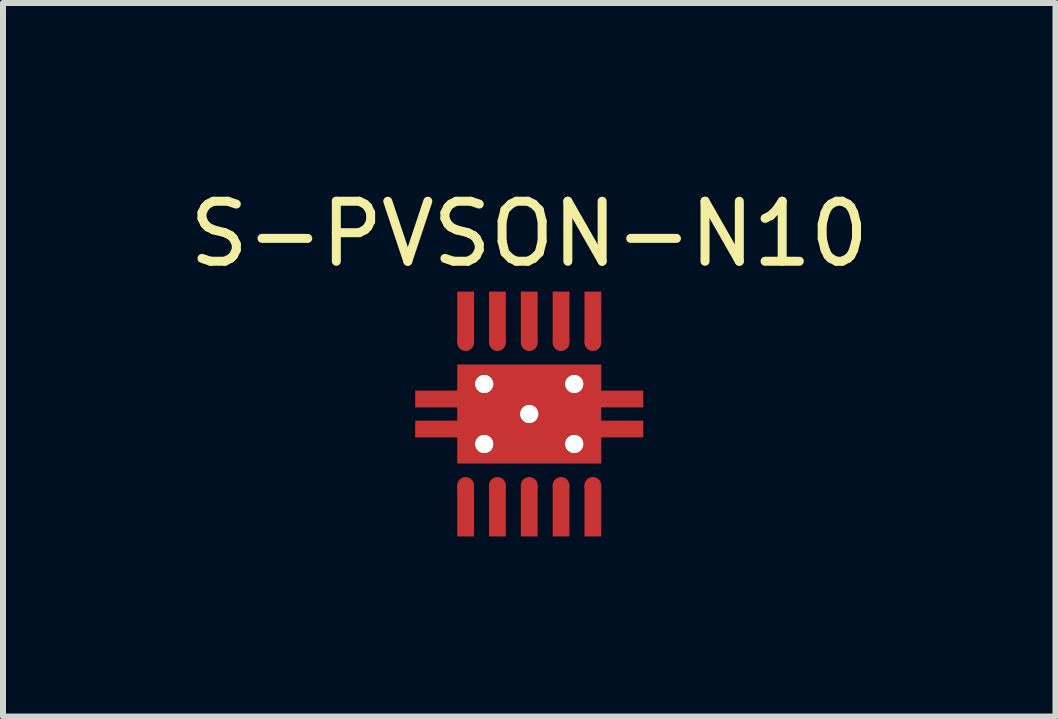
<source format=kicad_pcb>
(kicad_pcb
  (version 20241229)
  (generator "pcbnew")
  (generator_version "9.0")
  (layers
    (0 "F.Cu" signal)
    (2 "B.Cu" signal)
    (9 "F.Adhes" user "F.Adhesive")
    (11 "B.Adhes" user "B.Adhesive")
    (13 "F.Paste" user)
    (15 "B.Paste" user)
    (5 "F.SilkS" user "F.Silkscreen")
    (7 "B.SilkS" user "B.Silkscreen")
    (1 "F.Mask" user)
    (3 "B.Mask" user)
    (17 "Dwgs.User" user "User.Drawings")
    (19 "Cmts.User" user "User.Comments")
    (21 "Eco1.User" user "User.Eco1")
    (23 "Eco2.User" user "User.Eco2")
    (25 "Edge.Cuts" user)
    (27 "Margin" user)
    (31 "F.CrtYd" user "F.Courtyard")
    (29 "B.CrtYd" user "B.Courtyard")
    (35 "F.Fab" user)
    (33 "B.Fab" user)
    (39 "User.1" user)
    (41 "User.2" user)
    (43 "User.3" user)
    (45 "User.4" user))
  (footprint "S-PVSON-N10"
    (layer "F.Cu")
    (at 5.768 3.848)
    (property "Reference" "S-PVSON-N10" (at 0 -3 0) (layer "F.SilkS") (effects (font (size 1 1) (thickness 0.15))))
    (attr through_hole)
    (pad "1" smd circle (at -1.06 1.19) (size 0.28 0.28) (layers "F.Cu" "F.Mask" "F.Paste"))
    (pad "1" smd rect (at -1.06 1.615) (size 0.28 0.85) (layers "F.Cu" "F.Mask" "F.Paste"))
    (pad "2" smd circle (at -0.53 1.19) (size 0.28 0.28) (layers "F.Cu" "F.Mask" "F.Paste"))
    (pad "2" smd rect (at -0.53 1.615) (size 0.28 0.85) (layers "F.Cu" "F.Mask" "F.Paste"))
    (pad "3" smd circle (at 0 1.19) (size 0.28 0.28) (layers "F.Cu" "F.Mask" "F.Paste"))
    (pad "3" smd rect (at 0 1.615) (size 0.28 0.85) (layers "F.Cu" "F.Mask" "F.Paste"))
    (pad "4" smd circle (at 0.53 1.19) (size 0.28 0.28) (layers "F.Cu" "F.Mask" "F.Paste"))
    (pad "4" smd rect (at 0.53 1.615) (size 0.28 0.85) (layers "F.Cu" "F.Mask" "F.Paste"))
    (pad "5" smd circle (at 1.06 1.19) (size 0.28 0.28) (layers "F.Cu" "F.Mask" "F.Paste"))
    (pad "5" smd rect (at 1.06 1.615) (size 0.28 0.85) (layers "F.Cu" "F.Mask" "F.Paste"))
    (pad "6" smd rect (at 1.06 -1.615) (size 0.28 0.85) (layers "F.Cu" "F.Mask" "F.Paste"))
    (pad "6" smd circle (at 1.06 -1.19) (size 0.28 0.28) (layers "F.Cu" "F.Mask" "F.Paste"))
    (pad "7" smd rect (at 0.53 -1.615) (size 0.28 0.85) (layers "F.Cu" "F.Mask" "F.Paste"))
    (pad "7" smd circle (at 0.53 -1.19) (size 0.28 0.28) (layers "F.Cu" "F.Mask" "F.Paste"))
    (pad "8" smd rect (at 0 -1.615) (size 0.28 0.85) (layers "F.Cu" "F.Mask" "F.Paste"))
    (pad "8" smd circle (at 0 -1.19) (size 0.28 0.28) (layers "F.Cu" "F.Mask" "F.Paste"))
    (pad "9" smd rect (at -0.53 -1.615) (size 0.28 0.85) (layers "F.Cu" "F.Mask" "F.Paste"))
    (pad "9" smd circle (at -0.53 -1.19) (size 0.28 0.28) (layers "F.Cu" "F.Mask" "F.Paste"))
    (pad "10" smd rect (at -1.06 -1.615) (size 0.28 0.85) (layers "F.Cu" "F.Mask" "F.Paste"))
    (pad "10" smd circle (at -1.06 -1.19) (size 0.28 0.28) (layers "F.Cu" "F.Mask" "F.Paste"))
    (pad "11" thru_hole circle (at -0.75 -0.5) (size 0.3 0.3) (drill 0.3) (layers "*.Cu" "*.Mask" "F.SilkS"))
    (pad "11" thru_hole circle (at -0.75 0.5) (size 0.3 0.3) (drill 0.3) (layers "*.Cu" "*.Mask" "F.SilkS"))
    (pad "11" smd rect (at 0 -0.25) (size 3.8 0.28) (layers "F.Cu" "F.Mask" "F.Paste"))
    (pad "11" smd rect (at 0 0) (size 2.4 1.65) (layers "F.Cu" "F.Mask" "F.Paste"))
    (pad "11" smd rect (at 0 0.25) (size 3.8 0.28) (layers "F.Cu" "F.Mask" "F.Paste"))
    (pad "11" thru_hole circle (at 0.75 -0.5) (size 0.3 0.3) (drill 0.3) (layers "*.Cu" "*.Mask" "F.SilkS"))
    (pad "11" thru_hole circle (at 0.75 0.5) (size 0.3 0.3) (drill 0.3) (layers "*.Cu" "*.Mask" "F.SilkS"))
    (pad "12" thru_hole circle (at 0 0) (size 0.3 0.3) (drill 0.3) (layers "*.Cu" "*.Mask" "F.SilkS")))
  (gr_rect
    (start -3 -3)
    (end 14.536 8.888)
    (stroke (width 0.1) (type default))
    (fill no)
    (layer "Edge.Cuts")))
</source>
